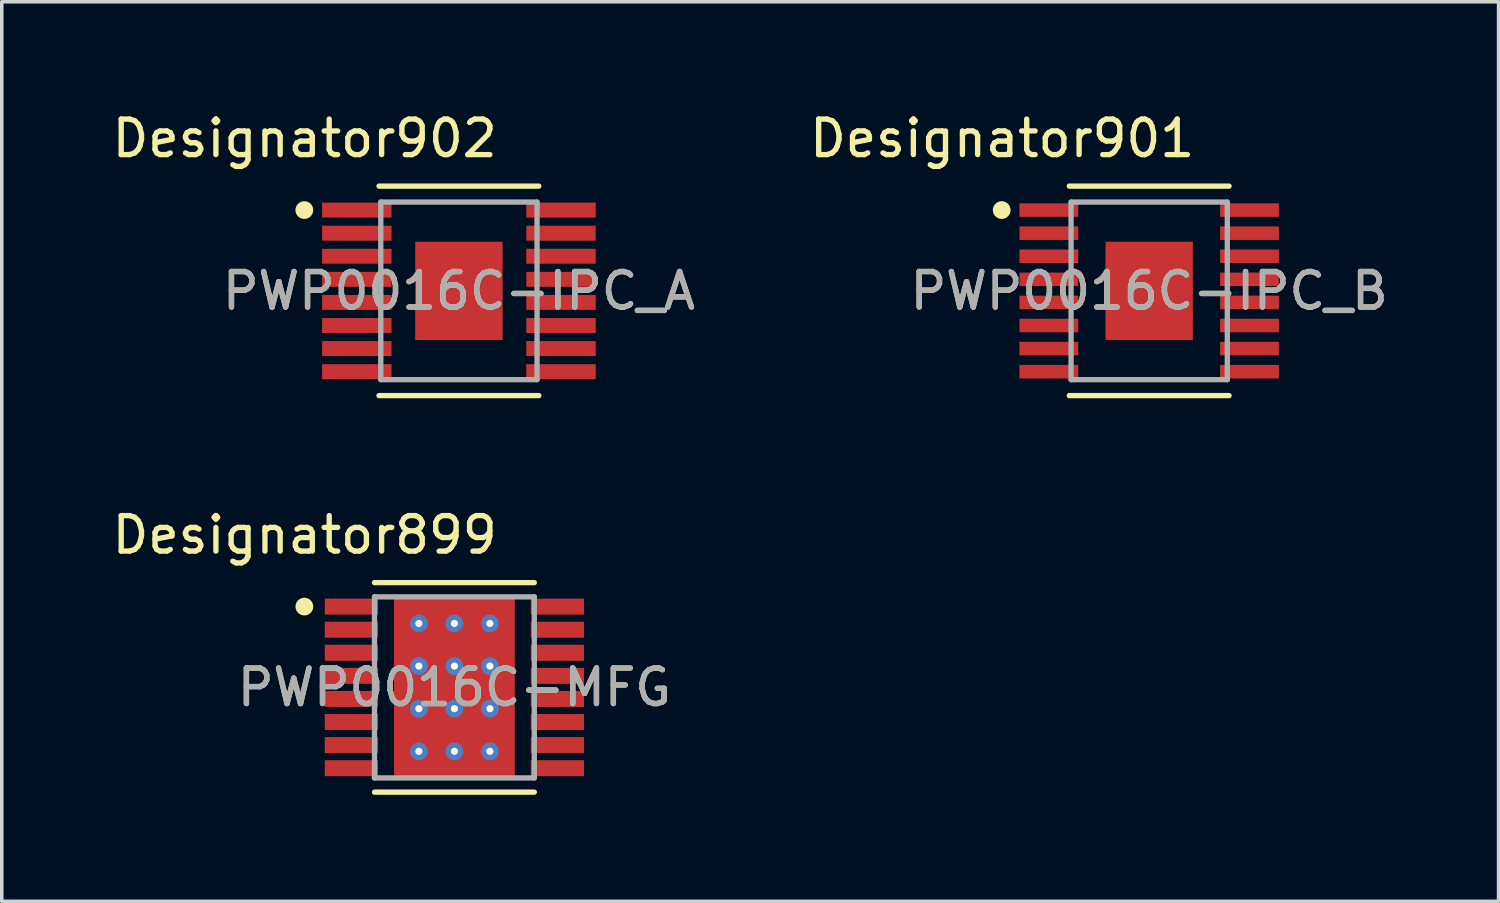
<source format=kicad_pcb>
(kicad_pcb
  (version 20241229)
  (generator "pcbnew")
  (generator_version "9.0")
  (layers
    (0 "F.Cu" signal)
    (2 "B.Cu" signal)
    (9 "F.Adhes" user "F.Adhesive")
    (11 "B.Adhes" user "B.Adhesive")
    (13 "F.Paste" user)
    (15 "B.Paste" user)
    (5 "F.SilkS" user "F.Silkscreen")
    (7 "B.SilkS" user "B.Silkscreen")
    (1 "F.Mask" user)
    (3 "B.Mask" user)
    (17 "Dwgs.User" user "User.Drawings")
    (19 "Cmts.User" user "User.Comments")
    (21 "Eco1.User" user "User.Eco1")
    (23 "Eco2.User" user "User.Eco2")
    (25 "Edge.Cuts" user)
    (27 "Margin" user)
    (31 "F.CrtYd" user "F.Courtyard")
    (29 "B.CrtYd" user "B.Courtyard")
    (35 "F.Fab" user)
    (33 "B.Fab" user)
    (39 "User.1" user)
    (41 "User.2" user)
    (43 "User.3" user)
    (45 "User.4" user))
  (footprint "PWP0016C-MFG"
    (layer "F.Cu")
    (at 9.746 16.307)
    (property "Reference" "PWP0016C-MFG" (at 0 0 0) (unlocked yes) (layer "F.SilkS") (effects (font (size 1 1) (thickness 0.15))))
    (attr smd)
    (fp_poly (pts (xy -1.23 1.105) (xy -1.23 -1.105) (xy -1.18 -1.155) (xy 1.18 -1.155) (xy 1.23 -1.105) (xy 1.23 1.105) (xy 1.18 1.155) (xy -1.18 1.155)) (stroke (width 0) (type solid)) (fill yes) (layer "F.Mask"))
    (fp_line (start -2.25 -2.95) (end 2.25 -2.95) (stroke (width 0.15) (type solid)) (layer "F.SilkS"))
    (fp_line (start -2.25 2.95) (end 2.25 2.95) (stroke (width 0.15) (type solid)) (layer "F.SilkS"))
    (fp_circle (center -4.225 -2.275) (end -4.1 -2.275) (stroke (width 0.25) (type solid)) (fill no) (layer "F.SilkS"))
    (fp_poly (pts (xy -1.23 1.105) (xy -1.23 -1.105) (xy -1.18 -1.155) (xy 1.18 -1.155) (xy 1.23 -1.105) (xy 1.23 1.105) (xy 1.18 1.155) (xy -1.18 1.155)) (stroke (width 0) (type solid)) (fill yes) (layer "F.Paste"))
    (fp_line (start -2.25 -2.55) (end 2.25 -2.55) (stroke (width 0.15) (type solid)) (layer "F.Fab"))
    (fp_line (start -2.25 2.55) (end -2.25 -2.55) (stroke (width 0.15) (type solid)) (layer "F.Fab"))
    (fp_line (start -2.25 2.55) (end 2.25 2.55) (stroke (width 0.15) (type solid)) (layer "F.Fab"))
    (fp_line (start 2.25 2.55) (end 2.25 -2.55) (stroke (width 0.15) (type solid)) (layer "F.Fab"))
    (fp_text user "Designator899" (at -4.216 -4.293 0) (unlocked yes) (layer "F.SilkS") (effects (font (size 1 1) (thickness 0.15))))
    (fp_text user "${REFERENCE}" (at 0 0 0) (unlocked yes) (layer "F.Fab") (effects (font (size 1 1) (thickness 0.15))))
    (pad "1" smd rect (at -2.9 -2.275) (size 1.5 0.45) (layers "F.Cu" "F.Mask" "F.Paste"))
    (pad "2" smd rect (at -2.9 -1.625) (size 1.5 0.45) (layers "F.Cu" "F.Mask" "F.Paste"))
    (pad "3" smd rect (at -2.9 -0.975) (size 1.5 0.45) (layers "F.Cu" "F.Mask" "F.Paste"))
    (pad "4" smd rect (at -2.9 -0.325) (size 1.5 0.45) (layers "F.Cu" "F.Mask" "F.Paste"))
    (pad "5" smd rect (at -2.9 0.325) (size 1.5 0.45) (layers "F.Cu" "F.Mask" "F.Paste"))
    (pad "6" smd rect (at -2.9 0.975) (size 1.5 0.45) (layers "F.Cu" "F.Mask" "F.Paste"))
    (pad "7" smd rect (at -2.9 1.625) (size 1.5 0.45) (layers "F.Cu" "F.Mask" "F.Paste"))
    (pad "8" smd rect (at -2.9 2.275) (size 1.5 0.45) (layers "F.Cu" "F.Mask" "F.Paste"))
    (pad "9" smd rect (at 2.9 2.275) (size 1.5 0.45) (layers "F.Cu" "F.Mask" "F.Paste"))
    (pad "10" smd rect (at 2.9 1.625) (size 1.5 0.45) (layers "F.Cu" "F.Mask" "F.Paste"))
    (pad "11" smd rect (at 2.9 0.975) (size 1.5 0.45) (layers "F.Cu" "F.Mask" "F.Paste"))
    (pad "12" smd rect (at 2.9 0.325) (size 1.5 0.45) (layers "F.Cu" "F.Mask" "F.Paste"))
    (pad "13" smd rect (at 2.9 -0.325) (size 1.5 0.45) (layers "F.Cu" "F.Mask" "F.Paste"))
    (pad "14" smd rect (at 2.9 -0.975) (size 1.5 0.45) (layers "F.Cu" "F.Mask" "F.Paste"))
    (pad "15" smd rect (at 2.9 -1.625) (size 1.5 0.45) (layers "F.Cu" "F.Mask" "F.Paste"))
    (pad "16" smd rect (at 2.9 -2.275) (size 1.5 0.45) (layers "F.Cu" "F.Mask" "F.Paste"))
    (pad "17" smd rect (at 0 0) (size 3.4 5) (layers "F.Cu"))
    (pad "18" thru_hole circle (at 1 1.8) (size 0.5 0.5) (drill 0.203) (layers "*.Cu" "*.Mask"))
    (pad "19" thru_hole circle (at 1 0.6) (size 0.5 0.5) (drill 0.203) (layers "*.Cu" "*.Mask"))
    (pad "20" thru_hole circle (at 1 -0.6) (size 0.5 0.5) (drill 0.203) (layers "*.Cu" "*.Mask"))
    (pad "21" thru_hole circle (at 1 -1.8) (size 0.5 0.5) (drill 0.203) (layers "*.Cu" "*.Mask"))
    (pad "22" thru_hole circle (at 0 1.8) (size 0.5 0.5) (drill 0.203) (layers "*.Cu" "*.Mask"))
    (pad "23" thru_hole circle (at 0 0.6) (size 0.5 0.5) (drill 0.203) (layers "*.Cu" "*.Mask"))
    (pad "24" thru_hole circle (at 0 -0.6) (size 0.5 0.5) (drill 0.203) (layers "*.Cu" "*.Mask"))
    (pad "25" thru_hole circle (at 0 -1.8) (size 0.5 0.5) (drill 0.203) (layers "*.Cu" "*.Mask"))
    (pad "26" thru_hole circle (at -1 1.8) (size 0.5 0.5) (drill 0.203) (layers "*.Cu" "*.Mask"))
    (pad "27" thru_hole circle (at -1 0.6) (size 0.5 0.5) (drill 0.203) (layers "*.Cu" "*.Mask"))
    (pad "28" thru_hole circle (at -1 -0.6) (size 0.5 0.5) (drill 0.203) (layers "*.Cu" "*.Mask"))
    (pad "29" thru_hole circle (at -1 -1.8) (size 0.5 0.5) (drill 0.203) (layers "*.Cu" "*.Mask")))
  (footprint "PWP0016C-IPC_B"
    (layer "F.Cu")
    (at 29.311 5.141)
    (property "Reference" "PWP0016C-IPC_B" (at 0 0 0) (unlocked yes) (layer "F.SilkS") (effects (font (size 1 1) (thickness 0.15))))
    (attr smd)
    (fp_line (start -2.25 -2.95) (end 2.25 -2.95) (stroke (width 0.15) (type solid)) (layer "F.SilkS"))
    (fp_line (start -2.25 2.95) (end 2.25 2.95) (stroke (width 0.15) (type solid)) (layer "F.SilkS"))
    (fp_circle (center -4.153 -2.275) (end -4.028 -2.275) (stroke (width 0.25) (type solid)) (fill no) (layer "F.SilkS"))
    (fp_poly (pts (xy -0.752 0.907) (xy 0.752 0.907) (xy 0.752 -0.907) (xy -0.752 -0.907)) (stroke (width 0) (type solid)) (fill yes) (layer "F.Paste"))
    (fp_line (start -2.2 -2.5) (end 2.2 -2.5) (stroke (width 0.15) (type solid)) (layer "F.Fab"))
    (fp_line (start -2.2 2.5) (end -2.2 -2.5) (stroke (width 0.15) (type solid)) (layer "F.Fab"))
    (fp_line (start -2.2 2.5) (end 2.2 2.5) (stroke (width 0.15) (type solid)) (layer "F.Fab"))
    (fp_line (start 2.2 2.5) (end 2.2 -2.5) (stroke (width 0.15) (type solid)) (layer "F.Fab"))
    (fp_text user "Designator901" (at -4.14 -4.293 0) (unlocked yes) (layer "F.SilkS") (effects (font (size 1 1) (thickness 0.15))))
    (fp_text user "${REFERENCE}" (at 0 0 0) (unlocked yes) (layer "F.Fab") (effects (font (size 1 1) (thickness 0.15))))
    (pad "1" smd rect (at -2.825 -2.275) (size 1.655 0.381) (layers "F.Cu" "F.Mask" "F.Paste"))
    (pad "2" smd rect (at -2.825 -1.625) (size 1.655 0.381) (layers "F.Cu" "F.Mask" "F.Paste"))
    (pad "3" smd rect (at -2.825 -0.975) (size 1.655 0.381) (layers "F.Cu" "F.Mask" "F.Paste"))
    (pad "4" smd rect (at -2.825 -0.325) (size 1.655 0.381) (layers "F.Cu" "F.Mask" "F.Paste"))
    (pad "5" smd rect (at -2.825 0.325) (size 1.655 0.381) (layers "F.Cu" "F.Mask" "F.Paste"))
    (pad "6" smd rect (at -2.825 0.975) (size 1.655 0.381) (layers "F.Cu" "F.Mask" "F.Paste"))
    (pad "7" smd rect (at -2.825 1.625) (size 1.655 0.381) (layers "F.Cu" "F.Mask" "F.Paste"))
    (pad "8" smd rect (at -2.825 2.275) (size 1.655 0.381) (layers "F.Cu" "F.Mask" "F.Paste"))
    (pad "9" smd rect (at 2.825 2.275) (size 1.655 0.381) (layers "F.Cu" "F.Mask" "F.Paste"))
    (pad "10" smd rect (at 2.825 1.625) (size 1.655 0.381) (layers "F.Cu" "F.Mask" "F.Paste"))
    (pad "11" smd rect (at 2.825 0.975) (size 1.655 0.381) (layers "F.Cu" "F.Mask" "F.Paste"))
    (pad "12" smd rect (at 2.825 0.325) (size 1.655 0.381) (layers "F.Cu" "F.Mask" "F.Paste"))
    (pad "13" smd rect (at 2.825 -0.325) (size 1.655 0.381) (layers "F.Cu" "F.Mask" "F.Paste"))
    (pad "14" smd rect (at 2.825 -0.975) (size 1.655 0.381) (layers "F.Cu" "F.Mask" "F.Paste"))
    (pad "15" smd rect (at 2.825 -1.625) (size 1.655 0.381) (layers "F.Cu" "F.Mask" "F.Paste"))
    (pad "16" smd rect (at 2.825 -2.275) (size 1.655 0.381) (layers "F.Cu" "F.Mask" "F.Paste"))
    (pad "17" smd rect (at 0 0) (size 2.46 2.77) (layers "F.Cu" "F.Mask")))
  (footprint "PWP0016C-IPC_A"
    (layer "F.Cu")
    (at 9.873 5.141)
    (property "Reference" "PWP0016C-IPC_A" (at 0 0 0) (unlocked yes) (layer "F.SilkS") (effects (font (size 1 1) (thickness 0.15))))
    (attr smd)
    (fp_line (start -2.25 -2.95) (end 2.25 -2.95) (stroke (width 0.15) (type solid)) (layer "F.SilkS"))
    (fp_line (start -2.25 2.95) (end 2.25 2.95) (stroke (width 0.15) (type solid)) (layer "F.SilkS"))
    (fp_circle (center -4.353 -2.275) (end -4.228 -2.275) (stroke (width 0.25) (type solid)) (fill no) (layer "F.SilkS"))
    (fp_poly (pts (xy -0.752 0.907) (xy 0.752 0.907) (xy 0.752 -0.907) (xy -0.752 -0.907)) (stroke (width 0) (type solid)) (fill yes) (layer "F.Paste"))
    (fp_line (start -2.2 -2.5) (end 2.2 -2.5) (stroke (width 0.15) (type solid)) (layer "F.Fab"))
    (fp_line (start -2.2 2.5) (end -2.2 -2.5) (stroke (width 0.15) (type solid)) (layer "F.Fab"))
    (fp_line (start -2.2 2.5) (end 2.2 2.5) (stroke (width 0.15) (type solid)) (layer "F.Fab"))
    (fp_line (start 2.2 2.5) (end 2.2 -2.5) (stroke (width 0.15) (type solid)) (layer "F.Fab"))
    (fp_text user "Designator902" (at -4.343 -4.293 0) (unlocked yes) (layer "F.SilkS") (effects (font (size 1 1) (thickness 0.15))))
    (fp_text user "${REFERENCE}" (at 0 0 0) (unlocked yes) (layer "F.Fab") (effects (font (size 1 1) (thickness 0.15))))
    (pad "1" smd rect (at -2.875 -2.275) (size 1.955 0.421) (layers "F.Cu" "F.Mask" "F.Paste"))
    (pad "2" smd rect (at -2.875 -1.625) (size 1.955 0.421) (layers "F.Cu" "F.Mask" "F.Paste"))
    (pad "3" smd rect (at -2.875 -0.975) (size 1.955 0.421) (layers "F.Cu" "F.Mask" "F.Paste"))
    (pad "4" smd rect (at -2.875 -0.325) (size 1.955 0.421) (layers "F.Cu" "F.Mask" "F.Paste"))
    (pad "5" smd rect (at -2.875 0.325) (size 1.955 0.421) (layers "F.Cu" "F.Mask" "F.Paste"))
    (pad "6" smd rect (at -2.875 0.975) (size 1.955 0.421) (layers "F.Cu" "F.Mask" "F.Paste"))
    (pad "7" smd rect (at -2.875 1.625) (size 1.955 0.421) (layers "F.Cu" "F.Mask" "F.Paste"))
    (pad "8" smd rect (at -2.875 2.275) (size 1.955 0.421) (layers "F.Cu" "F.Mask" "F.Paste"))
    (pad "9" smd rect (at 2.875 2.275) (size 1.955 0.421) (layers "F.Cu" "F.Mask" "F.Paste"))
    (pad "10" smd rect (at 2.875 1.625) (size 1.955 0.421) (layers "F.Cu" "F.Mask" "F.Paste"))
    (pad "11" smd rect (at 2.875 0.975) (size 1.955 0.421) (layers "F.Cu" "F.Mask" "F.Paste"))
    (pad "12" smd rect (at 2.875 0.325) (size 1.955 0.421) (layers "F.Cu" "F.Mask" "F.Paste"))
    (pad "13" smd rect (at 2.875 -0.325) (size 1.955 0.421) (layers "F.Cu" "F.Mask" "F.Paste"))
    (pad "14" smd rect (at 2.875 -0.975) (size 1.955 0.421) (layers "F.Cu" "F.Mask" "F.Paste"))
    (pad "15" smd rect (at 2.875 -1.625) (size 1.955 0.421) (layers "F.Cu" "F.Mask" "F.Paste"))
    (pad "16" smd rect (at 2.875 -2.275) (size 1.955 0.421) (layers "F.Cu" "F.Mask" "F.Paste"))
    (pad "17" smd rect (at 0 0) (size 2.46 2.77) (layers "F.Cu" "F.Mask")))
  (gr_rect
    (start -3 -3)
    (end 39.15 22.332)
    (stroke (width 0.1) (type default))
    (fill no)
    (layer "Edge.Cuts")))
</source>
